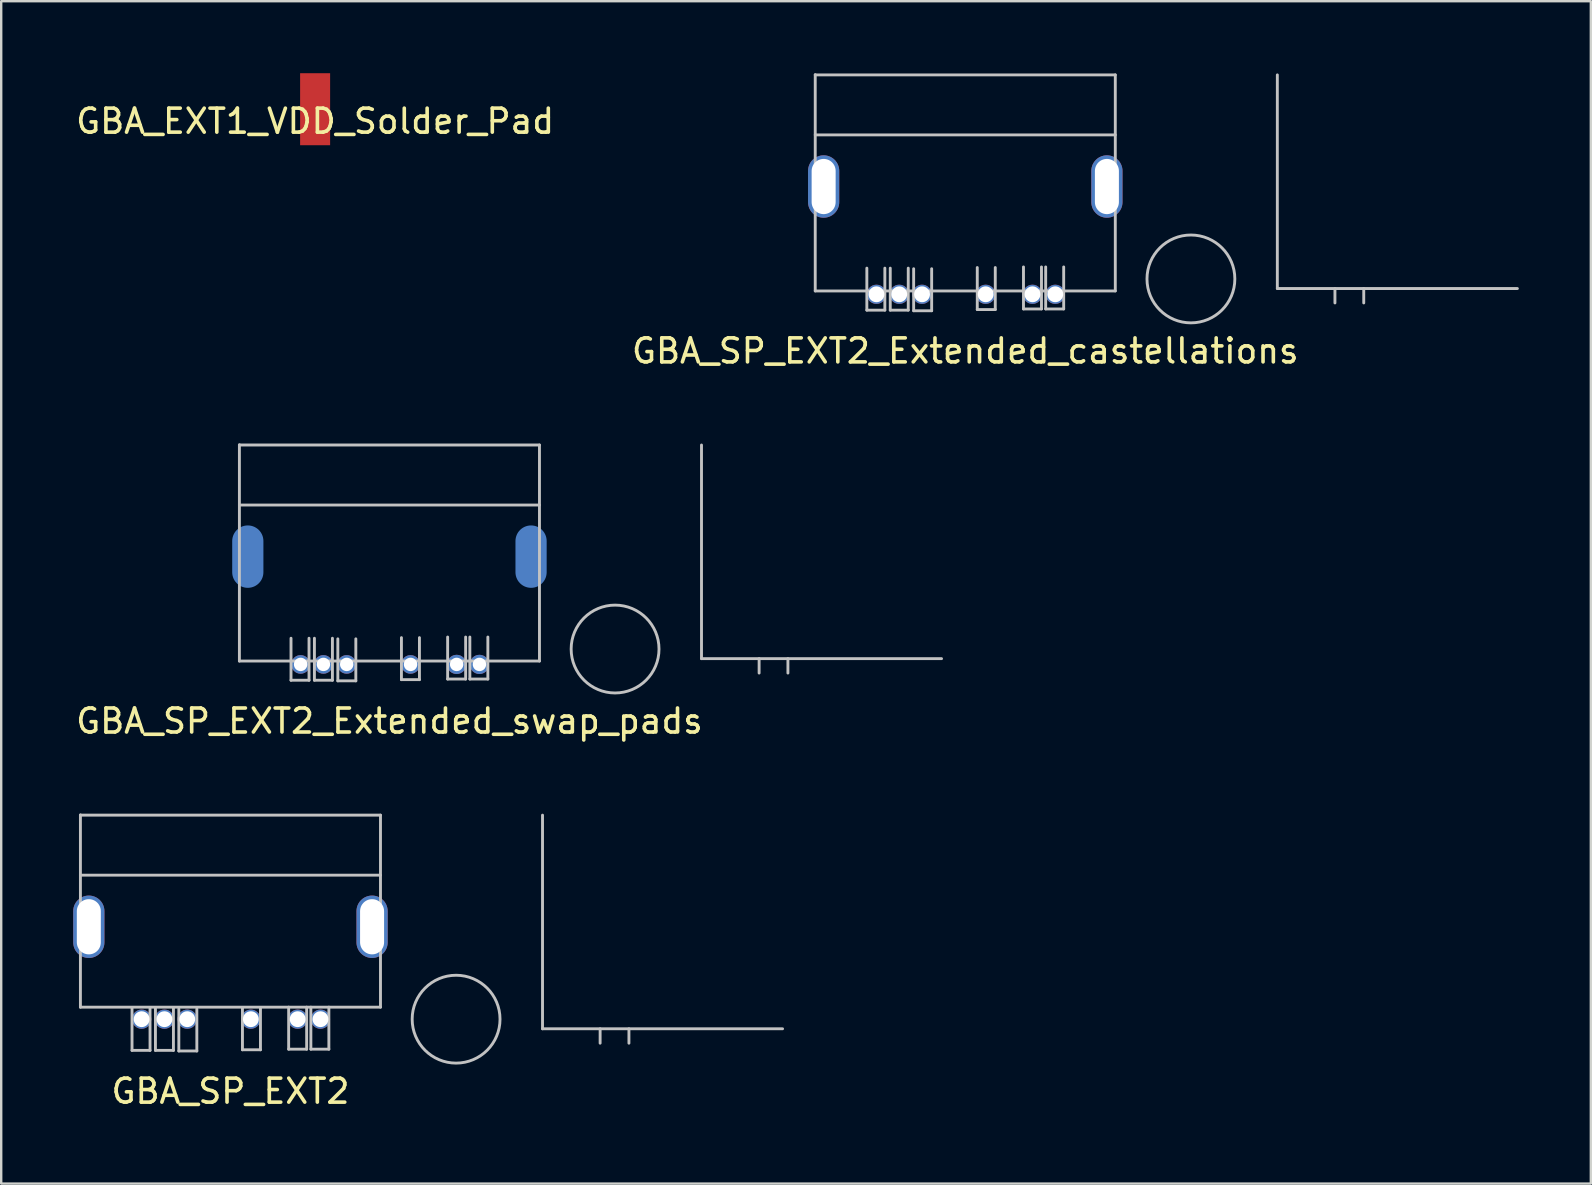
<source format=kicad_pcb>
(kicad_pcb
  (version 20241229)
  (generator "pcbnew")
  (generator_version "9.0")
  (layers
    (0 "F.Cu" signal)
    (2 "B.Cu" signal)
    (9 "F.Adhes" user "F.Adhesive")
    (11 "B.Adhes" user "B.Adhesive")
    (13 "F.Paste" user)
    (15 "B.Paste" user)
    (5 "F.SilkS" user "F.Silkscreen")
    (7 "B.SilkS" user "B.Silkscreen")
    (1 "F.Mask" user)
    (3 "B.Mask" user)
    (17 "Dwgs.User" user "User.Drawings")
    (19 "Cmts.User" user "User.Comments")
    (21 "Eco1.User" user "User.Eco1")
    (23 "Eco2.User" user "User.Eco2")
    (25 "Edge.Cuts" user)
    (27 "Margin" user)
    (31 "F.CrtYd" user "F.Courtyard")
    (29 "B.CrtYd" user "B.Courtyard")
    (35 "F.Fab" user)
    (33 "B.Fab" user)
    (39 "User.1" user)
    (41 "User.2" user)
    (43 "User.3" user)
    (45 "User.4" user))
  (footprint "GBA_SP_EXT2_Extended_swap_pads"
    (layer "F.Cu")
    (at 13.173 26.488)
    (property "Reference" "GBA_SP_EXT2_Extended_swap_pads" (at 0 0.5 0) (layer "F.SilkS") (effects (font (size 1 1) (thickness 0.15))))
    (attr through_hole)
    (fp_line (start -6.25 -11.01) (end -6.25 -2) (stroke (width 0.12) (type solid)) (layer "Dwgs.User"))
    (fp_line (start -6.25 -2) (end 6.25 -2) (stroke (width 0.12) (type solid)) (layer "Dwgs.User"))
    (fp_line (start -4.1 -2.95) (end -4.1 -1.2) (stroke (width 0.12) (type solid)) (layer "Dwgs.User"))
    (fp_line (start -4.1 -1.2) (end -3.35 -1.2) (stroke (width 0.12) (type solid)) (layer "Dwgs.User"))
    (fp_line (start -3.35 -1.2) (end -3.35 -2.95) (stroke (width 0.12) (type solid)) (layer "Dwgs.User"))
    (fp_line (start -3.125 -2.95) (end -3.125 -1.2) (stroke (width 0.12) (type solid)) (layer "Dwgs.User"))
    (fp_line (start -3.125 -1.2) (end -2.375 -1.2) (stroke (width 0.12) (type solid)) (layer "Dwgs.User"))
    (fp_line (start -2.375 -1.2) (end -2.375 -2.95) (stroke (width 0.12) (type solid)) (layer "Dwgs.User"))
    (fp_line (start -2.15 -2.925) (end -2.15 -1.175) (stroke (width 0.12) (type solid)) (layer "Dwgs.User"))
    (fp_line (start -2.15 -1.175) (end -1.4 -1.175) (stroke (width 0.12) (type solid)) (layer "Dwgs.User"))
    (fp_line (start -1.4 -1.175) (end -1.4 -2.925) (stroke (width 0.12) (type solid)) (layer "Dwgs.User"))
    (fp_line (start 0.5 -2.975) (end 0.5 -1.225) (stroke (width 0.12) (type solid)) (layer "Dwgs.User"))
    (fp_line (start 0.5 -1.225) (end 1.25 -1.225) (stroke (width 0.12) (type solid)) (layer "Dwgs.User"))
    (fp_line (start 1.25 -1.225) (end 1.25 -2.975) (stroke (width 0.12) (type solid)) (layer "Dwgs.User"))
    (fp_line (start 2.425 -3) (end 2.425 -1.25) (stroke (width 0.12) (type solid)) (layer "Dwgs.User"))
    (fp_line (start 2.425 -1.25) (end 3.175 -1.25) (stroke (width 0.12) (type solid)) (layer "Dwgs.User"))
    (fp_line (start 3.175 -1.25) (end 3.175 -3) (stroke (width 0.12) (type solid)) (layer "Dwgs.User"))
    (fp_line (start 3.35 -3) (end 3.35 -1.25) (stroke (width 0.12) (type solid)) (layer "Dwgs.User"))
    (fp_line (start 3.35 -1.25) (end 4.1 -1.25) (stroke (width 0.12) (type solid)) (layer "Dwgs.User"))
    (fp_line (start 4.1 -1.25) (end 4.1 -3) (stroke (width 0.12) (type solid)) (layer "Dwgs.User"))
    (fp_line (start 6.25 -11) (end -6.25 -11) (stroke (width 0.12) (type solid)) (layer "Dwgs.User"))
    (fp_line (start 6.25 -8.5) (end -6.25 -8.5) (stroke (width 0.12) (type solid)) (layer "Dwgs.User"))
    (fp_line (start 6.25 -2) (end 6.25 -11) (stroke (width 0.12) (type solid)) (layer "Dwgs.User"))
    (fp_line (start 13 -11) (end 13 -2.1) (stroke (width 0.12) (type solid)) (layer "Dwgs.User"))
    (fp_line (start 13 -2.1) (end 23 -2.1) (stroke (width 0.12) (type solid)) (layer "Dwgs.User"))
    (fp_line (start 15.4 -2.1) (end 15.4 -1.5) (stroke (width 0.12) (type solid)) (layer "Dwgs.User"))
    (fp_line (start 16.6 -2.1) (end 16.6 -1.5) (stroke (width 0.12) (type solid)) (layer "Dwgs.User"))
    (fp_circle (center 9.4 -2.5) (end 11.23 -2.5) (stroke (width 0.12) (type solid)) (fill no) (layer "Dwgs.User"))
    (pad "1" thru_hole circle (at 3.75 -1.86) (size 0.8 0.8) (drill 0.559) (layers "*.Cu" "*.Mask"))
    (pad "2" thru_hole circle (at 2.8 -1.86) (size 0.8 0.8) (drill 0.559) (layers "*.Cu" "*.Mask"))
    (pad "3" thru_hole circle (at 0.88 -1.86) (size 0.775 0.775) (drill 0.559) (layers "*.Cu" "*.Mask"))
    (pad "4" thru_hole circle (at -1.78 -1.86) (size 0.775 0.775) (drill 0.559) (layers "*.Cu" "*.Mask"))
    (pad "5" thru_hole circle (at -2.75 -1.86) (size 0.775 0.775) (drill 0.559) (layers "*.Cu" "*.Mask"))
    (pad "6" thru_hole circle (at -3.7 -1.86) (size 0.775 0.775) (drill 0.559) (layers "*.Cu" "*.Mask"))
    (pad "Shield" smd oval (at -5.9 -6.35) (size 1.3 2.6) (layers "B.Cu" "B.Mask"))
    (pad "Shield" smd oval (at 5.9 -6.35) (size 1.3 2.6) (layers "B.Cu" "B.Mask")))
  (footprint "GBA_EXT1_VDD_Solder_Pad"
    (layer "F.Cu")
    (at 10.077 1.5)
    (property "Reference" "GBA_EXT1_VDD_Solder_Pad" (at 0 0.5 0) (layer "F.SilkS") (effects (font (size 1 1) (thickness 0.15))))
    (attr through_hole)
    (pad "1" smd rect (at 0 0) (size 1.25 3) (layers "F.Cu" "F.Mask" "F.Paste")))
  (footprint "GBA_SP_EXT2"
    (layer "F.Cu")
    (at 6.55 41.907)
    (property "Reference" "GBA_SP_EXT2" (at 0 0.5 0) (layer "F.SilkS") (effects (font (size 1 1) (thickness 0.15))))
    (attr through_hole)
    (fp_line (start -6.25 -11.01) (end -6.25 -3) (stroke (width 0.12) (type solid)) (layer "Dwgs.User"))
    (fp_line (start -6.25 -3) (end 6.25 -3) (stroke (width 0.12) (type solid)) (layer "Dwgs.User"))
    (fp_line (start -4.1 -2.95) (end -4.1 -1.2) (stroke (width 0.12) (type solid)) (layer "Dwgs.User"))
    (fp_line (start -4.1 -1.2) (end -3.35 -1.2) (stroke (width 0.12) (type solid)) (layer "Dwgs.User"))
    (fp_line (start -3.35 -1.2) (end -3.35 -2.95) (stroke (width 0.12) (type solid)) (layer "Dwgs.User"))
    (fp_line (start -3.125 -2.95) (end -3.125 -1.2) (stroke (width 0.12) (type solid)) (layer "Dwgs.User"))
    (fp_line (start -3.125 -1.2) (end -2.375 -1.2) (stroke (width 0.12) (type solid)) (layer "Dwgs.User"))
    (fp_line (start -2.375 -1.2) (end -2.375 -2.95) (stroke (width 0.12) (type solid)) (layer "Dwgs.User"))
    (fp_line (start -2.15 -2.925) (end -2.15 -1.175) (stroke (width 0.12) (type solid)) (layer "Dwgs.User"))
    (fp_line (start -2.15 -1.175) (end -1.4 -1.175) (stroke (width 0.12) (type solid)) (layer "Dwgs.User"))
    (fp_line (start -1.4 -1.175) (end -1.4 -2.925) (stroke (width 0.12) (type solid)) (layer "Dwgs.User"))
    (fp_line (start 0.5 -2.975) (end 0.5 -1.225) (stroke (width 0.12) (type solid)) (layer "Dwgs.User"))
    (fp_line (start 0.5 -1.225) (end 1.25 -1.225) (stroke (width 0.12) (type solid)) (layer "Dwgs.User"))
    (fp_line (start 1.25 -1.225) (end 1.25 -2.975) (stroke (width 0.12) (type solid)) (layer "Dwgs.User"))
    (fp_line (start 2.425 -3) (end 2.425 -1.25) (stroke (width 0.12) (type solid)) (layer "Dwgs.User"))
    (fp_line (start 2.425 -1.25) (end 3.175 -1.25) (stroke (width 0.12) (type solid)) (layer "Dwgs.User"))
    (fp_line (start 3.175 -1.25) (end 3.175 -3) (stroke (width 0.12) (type solid)) (layer "Dwgs.User"))
    (fp_line (start 3.35 -3) (end 3.35 -1.25) (stroke (width 0.12) (type solid)) (layer "Dwgs.User"))
    (fp_line (start 3.35 -1.25) (end 4.1 -1.25) (stroke (width 0.12) (type solid)) (layer "Dwgs.User"))
    (fp_line (start 4.1 -1.25) (end 4.1 -3) (stroke (width 0.12) (type solid)) (layer "Dwgs.User"))
    (fp_line (start 6.25 -11) (end -6.25 -11) (stroke (width 0.12) (type solid)) (layer "Dwgs.User"))
    (fp_line (start 6.25 -8.5) (end -6.25 -8.5) (stroke (width 0.12) (type solid)) (layer "Dwgs.User"))
    (fp_line (start 6.25 -3) (end 6.25 -11) (stroke (width 0.12) (type solid)) (layer "Dwgs.User"))
    (fp_line (start 13 -11) (end 13 -2.1) (stroke (width 0.12) (type solid)) (layer "Dwgs.User"))
    (fp_line (start 13 -2.1) (end 23 -2.1) (stroke (width 0.12) (type solid)) (layer "Dwgs.User"))
    (fp_line (start 15.4 -2.1) (end 15.4 -1.5) (stroke (width 0.12) (type solid)) (layer "Dwgs.User"))
    (fp_line (start 16.6 -2.1) (end 16.6 -1.5) (stroke (width 0.12) (type solid)) (layer "Dwgs.User"))
    (fp_circle (center 9.4 -2.5) (end 11.23 -2.5) (stroke (width 0.12) (type solid)) (fill no) (layer "Dwgs.User"))
    (pad "1" thru_hole circle (at 3.75 -2.5) (size 0.8 0.8) (drill 0.66) (layers "*.Cu" "*.Mask"))
    (pad "2" thru_hole circle (at 2.8 -2.5) (size 0.8 0.8) (drill 0.66) (layers "*.Cu" "*.Mask"))
    (pad "3" thru_hole circle (at 0.85 -2.5) (size 0.8 0.8) (drill 0.66) (layers "*.Cu" "*.Mask"))
    (pad "4" thru_hole circle (at -1.8 -2.5) (size 0.8 0.8) (drill 0.66) (layers "*.Cu" "*.Mask"))
    (pad "5" thru_hole circle (at -2.75 -2.5) (size 0.8 0.8) (drill 0.66) (layers "*.Cu" "*.Mask"))
    (pad "6" thru_hole circle (at -3.7 -2.5) (size 0.8 0.8) (drill 0.66) (layers "*.Cu" "*.Mask"))
    (pad "Shield" thru_hole oval (at -5.9 -6.35) (size 1.3 2.6) (drill oval 1 2.3) (layers "*.Cu" "*.Mask"))
    (pad "Shield" thru_hole oval (at 5.9 -6.35) (size 1.3 2.6) (drill oval 1 2.3) (layers "*.Cu" "*.Mask")))
  (footprint "GBA_SP_EXT2_Extended_castellations"
    (layer "F.Cu")
    (at 37.161 11.07)
    (property "Reference" "GBA_SP_EXT2_Extended_castellations" (at 0 0.5 0) (layer "F.SilkS") (effects (font (size 1 1) (thickness 0.15))))
    (attr through_hole)
    (fp_line (start -6.25 -11.01) (end -6.25 -2) (stroke (width 0.12) (type solid)) (layer "Dwgs.User"))
    (fp_line (start -6.25 -2) (end 6.25 -2) (stroke (width 0.12) (type solid)) (layer "Dwgs.User"))
    (fp_line (start -4.1 -2.95) (end -4.1 -1.2) (stroke (width 0.12) (type solid)) (layer "Dwgs.User"))
    (fp_line (start -4.1 -1.2) (end -3.35 -1.2) (stroke (width 0.12) (type solid)) (layer "Dwgs.User"))
    (fp_line (start -3.35 -1.2) (end -3.35 -2.95) (stroke (width 0.12) (type solid)) (layer "Dwgs.User"))
    (fp_line (start -3.125 -2.95) (end -3.125 -1.2) (stroke (width 0.12) (type solid)) (layer "Dwgs.User"))
    (fp_line (start -3.125 -1.2) (end -2.375 -1.2) (stroke (width 0.12) (type solid)) (layer "Dwgs.User"))
    (fp_line (start -2.375 -1.2) (end -2.375 -2.95) (stroke (width 0.12) (type solid)) (layer "Dwgs.User"))
    (fp_line (start -2.15 -2.925) (end -2.15 -1.175) (stroke (width 0.12) (type solid)) (layer "Dwgs.User"))
    (fp_line (start -2.15 -1.175) (end -1.4 -1.175) (stroke (width 0.12) (type solid)) (layer "Dwgs.User"))
    (fp_line (start -1.4 -1.175) (end -1.4 -2.925) (stroke (width 0.12) (type solid)) (layer "Dwgs.User"))
    (fp_line (start 0.5 -2.975) (end 0.5 -1.225) (stroke (width 0.12) (type solid)) (layer "Dwgs.User"))
    (fp_line (start 0.5 -1.225) (end 1.25 -1.225) (stroke (width 0.12) (type solid)) (layer "Dwgs.User"))
    (fp_line (start 1.25 -1.225) (end 1.25 -2.975) (stroke (width 0.12) (type solid)) (layer "Dwgs.User"))
    (fp_line (start 2.425 -3) (end 2.425 -1.25) (stroke (width 0.12) (type solid)) (layer "Dwgs.User"))
    (fp_line (start 2.425 -1.25) (end 3.175 -1.25) (stroke (width 0.12) (type solid)) (layer "Dwgs.User"))
    (fp_line (start 3.175 -1.25) (end 3.175 -3) (stroke (width 0.12) (type solid)) (layer "Dwgs.User"))
    (fp_line (start 3.35 -3) (end 3.35 -1.25) (stroke (width 0.12) (type solid)) (layer "Dwgs.User"))
    (fp_line (start 3.35 -1.25) (end 4.1 -1.25) (stroke (width 0.12) (type solid)) (layer "Dwgs.User"))
    (fp_line (start 4.1 -1.25) (end 4.1 -3) (stroke (width 0.12) (type solid)) (layer "Dwgs.User"))
    (fp_line (start 6.25 -11) (end -6.25 -11) (stroke (width 0.12) (type solid)) (layer "Dwgs.User"))
    (fp_line (start 6.25 -8.5) (end -6.25 -8.5) (stroke (width 0.12) (type solid)) (layer "Dwgs.User"))
    (fp_line (start 6.25 -2) (end 6.25 -11) (stroke (width 0.12) (type solid)) (layer "Dwgs.User"))
    (fp_line (start 13 -11) (end 13 -2.1) (stroke (width 0.12) (type solid)) (layer "Dwgs.User"))
    (fp_line (start 13 -2.1) (end 23 -2.1) (stroke (width 0.12) (type solid)) (layer "Dwgs.User"))
    (fp_line (start 15.4 -2.1) (end 15.4 -1.5) (stroke (width 0.12) (type solid)) (layer "Dwgs.User"))
    (fp_line (start 16.6 -2.1) (end 16.6 -1.5) (stroke (width 0.12) (type solid)) (layer "Dwgs.User"))
    (fp_circle (center 9.4 -2.5) (end 11.23 -2.5) (stroke (width 0.12) (type solid)) (fill no) (layer "Dwgs.User"))
    (pad "1" thru_hole circle (at 3.75 -1.86) (size 0.8 0.8) (drill 0.66) (layers "*.Cu" "*.Mask"))
    (pad "2" thru_hole circle (at 2.8 -1.86) (size 0.8 0.8) (drill 0.66) (layers "*.Cu" "*.Mask"))
    (pad "3" thru_hole circle (at 0.85 -1.86) (size 0.8 0.8) (drill 0.66) (layers "*.Cu" "*.Mask"))
    (pad "4" thru_hole circle (at -1.8 -1.86) (size 0.8 0.8) (drill 0.66) (layers "*.Cu" "*.Mask"))
    (pad "5" thru_hole circle (at -2.75 -1.86) (size 0.8 0.8) (drill 0.66) (layers "*.Cu" "*.Mask"))
    (pad "6" thru_hole circle (at -3.7 -1.86) (size 0.8 0.8) (drill 0.66) (layers "*.Cu" "*.Mask"))
    (pad "Shield" thru_hole oval (at -5.9 -6.35) (size 1.3 2.6) (drill oval 1 2.3) (layers "*.Cu" "*.Mask"))
    (pad "Shield" thru_hole oval (at 5.9 -6.35) (size 1.3 2.6) (drill oval 1 2.3) (layers "*.Cu" "*.Mask")))
  (gr_rect
    (start -3 -3)
    (end 63.221 46.255)
    (stroke (width 0.1) (type default))
    (fill no)
    (layer "Edge.Cuts")))
</source>
